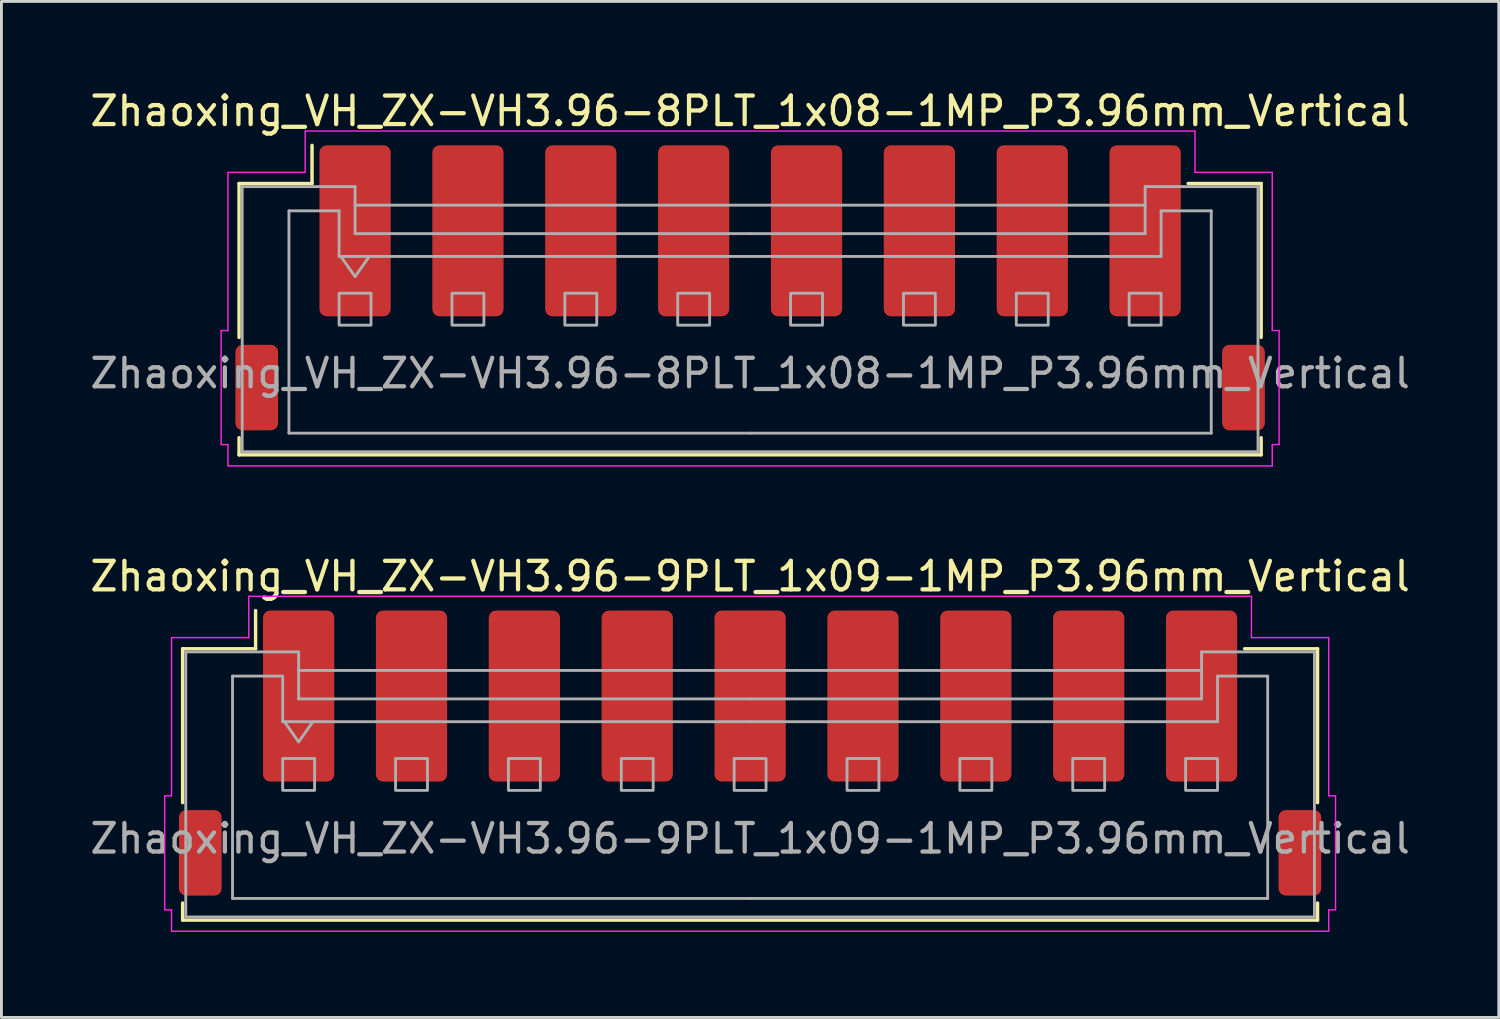
<source format=kicad_pcb>
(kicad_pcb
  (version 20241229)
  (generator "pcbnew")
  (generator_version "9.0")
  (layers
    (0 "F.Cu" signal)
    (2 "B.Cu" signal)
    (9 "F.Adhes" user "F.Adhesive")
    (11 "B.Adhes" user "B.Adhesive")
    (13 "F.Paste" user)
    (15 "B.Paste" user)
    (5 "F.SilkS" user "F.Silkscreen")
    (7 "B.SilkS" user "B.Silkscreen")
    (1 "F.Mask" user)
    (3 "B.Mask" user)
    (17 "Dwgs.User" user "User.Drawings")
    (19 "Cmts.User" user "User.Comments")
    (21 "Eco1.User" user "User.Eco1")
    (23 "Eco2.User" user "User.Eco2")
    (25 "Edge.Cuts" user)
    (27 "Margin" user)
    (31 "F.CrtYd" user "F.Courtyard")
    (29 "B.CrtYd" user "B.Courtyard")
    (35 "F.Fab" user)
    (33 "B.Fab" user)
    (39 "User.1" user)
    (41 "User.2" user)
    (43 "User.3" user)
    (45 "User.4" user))
  (footprint "Zhaoxing_VH_ZX-VH3.96-9PLT_1x09-1MP_P3.96mm_Vertical"
    (layer "F.Cu")
    (at 23.268 23.372)
    (property "Reference" "Zhaoxing_VH_ZX-VH3.96-9PLT_1x09-1MP_P3.96mm_Vertical" (at 0 -6.2 0) (layer "F.SilkS") (effects (font (size 1 1) (thickness 0.15))))
    (attr smd)
    (fp_line (start -19.91 -3.66) (end -17.35 -3.66) (stroke (width 0.12) (type solid)) (layer "F.SilkS"))
    (fp_line (start -19.91 1.74) (end -19.91 -3.66) (stroke (width 0.12) (type solid)) (layer "F.SilkS"))
    (fp_line (start -19.91 5.26) (end -19.91 5.86) (stroke (width 0.12) (type solid)) (layer "F.SilkS"))
    (fp_line (start -19.91 5.86) (end 19.91 5.86) (stroke (width 0.12) (type solid)) (layer "F.SilkS"))
    (fp_line (start -17.35 -3.66) (end -17.35 -5) (stroke (width 0.12) (type solid)) (layer "F.SilkS"))
    (fp_line (start 19.91 -3.66) (end 17.35 -3.66) (stroke (width 0.12) (type solid)) (layer "F.SilkS"))
    (fp_line (start 19.91 1.74) (end 19.91 -3.66) (stroke (width 0.12) (type solid)) (layer "F.SilkS"))
    (fp_line (start 19.91 5.86) (end 19.91 5.26) (stroke (width 0.12) (type solid)) (layer "F.SilkS"))
    (fp_line (start -20.54 1.5) (end -20.3 1.5) (stroke (width 0.05) (type solid)) (layer "F.CrtYd"))
    (fp_line (start -20.54 5.5) (end -20.54 1.5) (stroke (width 0.05) (type solid)) (layer "F.CrtYd"))
    (fp_line (start -20.3 -4.05) (end -17.59 -4.05) (stroke (width 0.05) (type solid)) (layer "F.CrtYd"))
    (fp_line (start -20.3 1.5) (end -20.3 -4.05) (stroke (width 0.05) (type solid)) (layer "F.CrtYd"))
    (fp_line (start -20.3 5.5) (end -20.54 5.5) (stroke (width 0.05) (type solid)) (layer "F.CrtYd"))
    (fp_line (start -20.3 6.25) (end -20.3 5.5) (stroke (width 0.05) (type solid)) (layer "F.CrtYd"))
    (fp_line (start -17.59 -5.5) (end 17.59 -5.5) (stroke (width 0.05) (type solid)) (layer "F.CrtYd"))
    (fp_line (start -17.59 -4.05) (end -17.59 -5.5) (stroke (width 0.05) (type solid)) (layer "F.CrtYd"))
    (fp_line (start 17.59 -5.5) (end 17.59 -4.05) (stroke (width 0.05) (type solid)) (layer "F.CrtYd"))
    (fp_line (start 17.59 -4.05) (end 20.3 -4.05) (stroke (width 0.05) (type solid)) (layer "F.CrtYd"))
    (fp_line (start 20.3 -4.05) (end 20.3 1.5) (stroke (width 0.05) (type solid)) (layer "F.CrtYd"))
    (fp_line (start 20.3 1.5) (end 20.54 1.5) (stroke (width 0.05) (type solid)) (layer "F.CrtYd"))
    (fp_line (start 20.3 5.5) (end 20.3 6.25) (stroke (width 0.05) (type solid)) (layer "F.CrtYd"))
    (fp_line (start 20.3 6.25) (end -20.3 6.25) (stroke (width 0.05) (type solid)) (layer "F.CrtYd"))
    (fp_line (start 20.54 1.5) (end 20.54 5.5) (stroke (width 0.05) (type solid)) (layer "F.CrtYd"))
    (fp_line (start 20.54 5.5) (end 20.3 5.5) (stroke (width 0.05) (type solid)) (layer "F.CrtYd"))
    (fp_line (start -19.8 -3.55) (end -19.8 5.75) (stroke (width 0.1) (type solid)) (layer "F.Fab"))
    (fp_line (start -19.8 -3.55) (end -15.84 -3.55) (stroke (width 0.1) (type solid)) (layer "F.Fab"))
    (fp_line (start -19.8 5.75) (end 19.8 5.75) (stroke (width 0.1) (type solid)) (layer "F.Fab"))
    (fp_line (start -18.16 -2.7) (end -18.16 5.1) (stroke (width 0.1) (type solid)) (layer "F.Fab"))
    (fp_line (start -18.16 5.1) (end 0 5.1) (stroke (width 0.1) (type solid)) (layer "F.Fab"))
    (fp_line (start -16.4 -2.7) (end -18.16 -2.7) (stroke (width 0.1) (type solid)) (layer "F.Fab"))
    (fp_line (start -16.4 -1.1) (end -16.4 -2.7) (stroke (width 0.1) (type solid)) (layer "F.Fab"))
    (fp_line (start -16.34 -1.1) (end -15.84 -0.393) (stroke (width 0.1) (type solid)) (layer "F.Fab"))
    (fp_line (start -15.84 -3.55) (end -15.84 -2.9) (stroke (width 0.1) (type solid)) (layer "F.Fab"))
    (fp_line (start -15.84 -2.9) (end 15.84 -2.9) (stroke (width 0.1) (type solid)) (layer "F.Fab"))
    (fp_line (start -15.84 -1.9) (end -15.84 -2.9) (stroke (width 0.1) (type solid)) (layer "F.Fab"))
    (fp_line (start -15.84 -0.393) (end -15.34 -1.1) (stroke (width 0.1) (type solid)) (layer "F.Fab"))
    (fp_line (start 0 -1.9) (end -15.84 -1.9) (stroke (width 0.1) (type solid)) (layer "F.Fab"))
    (fp_line (start 0 -1.9) (end 15.84 -1.9) (stroke (width 0.1) (type solid)) (layer "F.Fab"))
    (fp_line (start 0 -1.1) (end -16.4 -1.1) (stroke (width 0.1) (type solid)) (layer "F.Fab"))
    (fp_line (start 0 -1.1) (end 16.4 -1.1) (stroke (width 0.1) (type solid)) (layer "F.Fab"))
    (fp_line (start 15.84 -3.55) (end 19.8 -3.55) (stroke (width 0.1) (type solid)) (layer "F.Fab"))
    (fp_line (start 15.84 -2.9) (end 15.84 -3.55) (stroke (width 0.1) (type solid)) (layer "F.Fab"))
    (fp_line (start 15.84 -1.9) (end 15.84 -2.9) (stroke (width 0.1) (type solid)) (layer "F.Fab"))
    (fp_line (start 16.4 -2.7) (end 18.16 -2.7) (stroke (width 0.1) (type solid)) (layer "F.Fab"))
    (fp_line (start 16.4 -1.1) (end 16.4 -2.7) (stroke (width 0.1) (type solid)) (layer "F.Fab"))
    (fp_line (start 18.16 -2.7) (end 18.16 5.1) (stroke (width 0.1) (type solid)) (layer "F.Fab"))
    (fp_line (start 18.16 5.1) (end 0 5.1) (stroke (width 0.1) (type solid)) (layer "F.Fab"))
    (fp_line (start 19.8 -3.55) (end 19.8 5.75) (stroke (width 0.1) (type solid)) (layer "F.Fab"))
    (fp_rect (start -16.4 0.19) (end -15.28 1.31) (stroke (width 0.1) (type solid)) (fill no) (layer "F.Fab"))
    (fp_rect (start -12.44 0.19) (end -11.32 1.31) (stroke (width 0.1) (type solid)) (fill no) (layer "F.Fab"))
    (fp_rect (start -8.48 0.19) (end -7.36 1.31) (stroke (width 0.1) (type solid)) (fill no) (layer "F.Fab"))
    (fp_rect (start -4.52 0.19) (end -3.4 1.31) (stroke (width 0.1) (type solid)) (fill no) (layer "F.Fab"))
    (fp_rect (start -0.56 0.19) (end 0.56 1.31) (stroke (width 0.1) (type solid)) (fill no) (layer "F.Fab"))
    (fp_rect (start 3.4 0.19) (end 4.52 1.31) (stroke (width 0.1) (type solid)) (fill no) (layer "F.Fab"))
    (fp_rect (start 7.36 0.19) (end 8.48 1.31) (stroke (width 0.1) (type solid)) (fill no) (layer "F.Fab"))
    (fp_rect (start 11.32 0.19) (end 12.44 1.31) (stroke (width 0.1) (type solid)) (fill no) (layer "F.Fab"))
    (fp_rect (start 15.28 0.19) (end 16.4 1.31) (stroke (width 0.1) (type solid)) (fill no) (layer "F.Fab"))
    (fp_text user "${REFERENCE}" (at 0 3 0) (layer "F.Fab") (effects (font (size 1 1) (thickness 0.15))))
    (pad "1" smd roundrect (at -15.84 -2) (size 2.5 6) (layers "F.Cu" "F.Mask" "F.Paste") (roundrect_rratio 0.1))
    (pad "2" smd roundrect (at -11.88 -2) (size 2.5 6) (layers "F.Cu" "F.Mask" "F.Paste") (roundrect_rratio 0.1))
    (pad "3" smd roundrect (at -7.92 -2) (size 2.5 6) (layers "F.Cu" "F.Mask" "F.Paste") (roundrect_rratio 0.1))
    (pad "4" smd roundrect (at -3.96 -2) (size 2.5 6) (layers "F.Cu" "F.Mask" "F.Paste") (roundrect_rratio 0.1))
    (pad "5" smd roundrect (at 0 -2) (size 2.5 6) (layers "F.Cu" "F.Mask" "F.Paste") (roundrect_rratio 0.1))
    (pad "6" smd roundrect (at 3.96 -2) (size 2.5 6) (layers "F.Cu" "F.Mask" "F.Paste") (roundrect_rratio 0.1))
    (pad "7" smd roundrect (at 7.92 -2) (size 2.5 6) (layers "F.Cu" "F.Mask" "F.Paste") (roundrect_rratio 0.1))
    (pad "8" smd roundrect (at 11.88 -2) (size 2.5 6) (layers "F.Cu" "F.Mask" "F.Paste") (roundrect_rratio 0.1))
    (pad "9" smd roundrect (at 15.84 -2) (size 2.5 6) (layers "F.Cu" "F.Mask" "F.Paste") (roundrect_rratio 0.1))
    (pad "MP" smd roundrect (at -19.29 3.5) (size 1.5 3) (layers "F.Cu" "F.Mask" "F.Paste") (roundrect_rratio 0.167))
    (pad "MP" smd roundrect (at 19.29 3.5) (size 1.5 3) (layers "F.Cu" "F.Mask" "F.Paste") (roundrect_rratio 0.167)))
  (footprint "Zhaoxing_VH_ZX-VH3.96-8PLT_1x08-1MP_P3.96mm_Vertical"
    (layer "F.Cu")
    (at 23.268 7.048)
    (property "Reference" "Zhaoxing_VH_ZX-VH3.96-8PLT_1x08-1MP_P3.96mm_Vertical" (at 0 -6.2 0) (layer "F.SilkS") (effects (font (size 1 1) (thickness 0.15))))
    (attr smd)
    (fp_line (start -17.93 -3.66) (end -15.37 -3.66) (stroke (width 0.12) (type solid)) (layer "F.SilkS"))
    (fp_line (start -17.93 1.74) (end -17.93 -3.66) (stroke (width 0.12) (type solid)) (layer "F.SilkS"))
    (fp_line (start -17.93 5.26) (end -17.93 5.86) (stroke (width 0.12) (type solid)) (layer "F.SilkS"))
    (fp_line (start -17.93 5.86) (end 17.93 5.86) (stroke (width 0.12) (type solid)) (layer "F.SilkS"))
    (fp_line (start -15.37 -3.66) (end -15.37 -5) (stroke (width 0.12) (type solid)) (layer "F.SilkS"))
    (fp_line (start 17.93 -3.66) (end 15.37 -3.66) (stroke (width 0.12) (type solid)) (layer "F.SilkS"))
    (fp_line (start 17.93 1.74) (end 17.93 -3.66) (stroke (width 0.12) (type solid)) (layer "F.SilkS"))
    (fp_line (start 17.93 5.86) (end 17.93 5.26) (stroke (width 0.12) (type solid)) (layer "F.SilkS"))
    (fp_line (start -18.56 1.5) (end -18.32 1.5) (stroke (width 0.05) (type solid)) (layer "F.CrtYd"))
    (fp_line (start -18.56 5.5) (end -18.56 1.5) (stroke (width 0.05) (type solid)) (layer "F.CrtYd"))
    (fp_line (start -18.32 -4.05) (end -15.61 -4.05) (stroke (width 0.05) (type solid)) (layer "F.CrtYd"))
    (fp_line (start -18.32 1.5) (end -18.32 -4.05) (stroke (width 0.05) (type solid)) (layer "F.CrtYd"))
    (fp_line (start -18.32 5.5) (end -18.56 5.5) (stroke (width 0.05) (type solid)) (layer "F.CrtYd"))
    (fp_line (start -18.32 6.25) (end -18.32 5.5) (stroke (width 0.05) (type solid)) (layer "F.CrtYd"))
    (fp_line (start -15.61 -5.5) (end 15.61 -5.5) (stroke (width 0.05) (type solid)) (layer "F.CrtYd"))
    (fp_line (start -15.61 -4.05) (end -15.61 -5.5) (stroke (width 0.05) (type solid)) (layer "F.CrtYd"))
    (fp_line (start 15.61 -5.5) (end 15.61 -4.05) (stroke (width 0.05) (type solid)) (layer "F.CrtYd"))
    (fp_line (start 15.61 -4.05) (end 18.32 -4.05) (stroke (width 0.05) (type solid)) (layer "F.CrtYd"))
    (fp_line (start 18.32 -4.05) (end 18.32 1.5) (stroke (width 0.05) (type solid)) (layer "F.CrtYd"))
    (fp_line (start 18.32 1.5) (end 18.56 1.5) (stroke (width 0.05) (type solid)) (layer "F.CrtYd"))
    (fp_line (start 18.32 5.5) (end 18.32 6.25) (stroke (width 0.05) (type solid)) (layer "F.CrtYd"))
    (fp_line (start 18.32 6.25) (end -18.32 6.25) (stroke (width 0.05) (type solid)) (layer "F.CrtYd"))
    (fp_line (start 18.56 1.5) (end 18.56 5.5) (stroke (width 0.05) (type solid)) (layer "F.CrtYd"))
    (fp_line (start 18.56 5.5) (end 18.32 5.5) (stroke (width 0.05) (type solid)) (layer "F.CrtYd"))
    (fp_line (start -17.82 -3.55) (end -17.82 5.75) (stroke (width 0.1) (type solid)) (layer "F.Fab"))
    (fp_line (start -17.82 -3.55) (end -13.86 -3.55) (stroke (width 0.1) (type solid)) (layer "F.Fab"))
    (fp_line (start -17.82 5.75) (end 17.82 5.75) (stroke (width 0.1) (type solid)) (layer "F.Fab"))
    (fp_line (start -16.18 -2.7) (end -16.18 5.1) (stroke (width 0.1) (type solid)) (layer "F.Fab"))
    (fp_line (start -16.18 5.1) (end 0 5.1) (stroke (width 0.1) (type solid)) (layer "F.Fab"))
    (fp_line (start -14.42 -2.7) (end -16.18 -2.7) (stroke (width 0.1) (type solid)) (layer "F.Fab"))
    (fp_line (start -14.42 -1.1) (end -14.42 -2.7) (stroke (width 0.1) (type solid)) (layer "F.Fab"))
    (fp_line (start -14.36 -1.1) (end -13.86 -0.393) (stroke (width 0.1) (type solid)) (layer "F.Fab"))
    (fp_line (start -13.86 -3.55) (end -13.86 -2.9) (stroke (width 0.1) (type solid)) (layer "F.Fab"))
    (fp_line (start -13.86 -2.9) (end 13.86 -2.9) (stroke (width 0.1) (type solid)) (layer "F.Fab"))
    (fp_line (start -13.86 -1.9) (end -13.86 -2.9) (stroke (width 0.1) (type solid)) (layer "F.Fab"))
    (fp_line (start -13.86 -0.393) (end -13.36 -1.1) (stroke (width 0.1) (type solid)) (layer "F.Fab"))
    (fp_line (start 0 -1.9) (end -13.86 -1.9) (stroke (width 0.1) (type solid)) (layer "F.Fab"))
    (fp_line (start 0 -1.9) (end 13.86 -1.9) (stroke (width 0.1) (type solid)) (layer "F.Fab"))
    (fp_line (start 0 -1.1) (end -14.42 -1.1) (stroke (width 0.1) (type solid)) (layer "F.Fab"))
    (fp_line (start 0 -1.1) (end 14.42 -1.1) (stroke (width 0.1) (type solid)) (layer "F.Fab"))
    (fp_line (start 13.86 -3.55) (end 17.82 -3.55) (stroke (width 0.1) (type solid)) (layer "F.Fab"))
    (fp_line (start 13.86 -2.9) (end 13.86 -3.55) (stroke (width 0.1) (type solid)) (layer "F.Fab"))
    (fp_line (start 13.86 -1.9) (end 13.86 -2.9) (stroke (width 0.1) (type solid)) (layer "F.Fab"))
    (fp_line (start 14.42 -2.7) (end 16.18 -2.7) (stroke (width 0.1) (type solid)) (layer "F.Fab"))
    (fp_line (start 14.42 -1.1) (end 14.42 -2.7) (stroke (width 0.1) (type solid)) (layer "F.Fab"))
    (fp_line (start 16.18 -2.7) (end 16.18 5.1) (stroke (width 0.1) (type solid)) (layer "F.Fab"))
    (fp_line (start 16.18 5.1) (end 0 5.1) (stroke (width 0.1) (type solid)) (layer "F.Fab"))
    (fp_line (start 17.82 -3.55) (end 17.82 5.75) (stroke (width 0.1) (type solid)) (layer "F.Fab"))
    (fp_rect (start -14.42 0.19) (end -13.3 1.31) (stroke (width 0.1) (type solid)) (fill no) (layer "F.Fab"))
    (fp_rect (start -10.46 0.19) (end -9.34 1.31) (stroke (width 0.1) (type solid)) (fill no) (layer "F.Fab"))
    (fp_rect (start -6.5 0.19) (end -5.38 1.31) (stroke (width 0.1) (type solid)) (fill no) (layer "F.Fab"))
    (fp_rect (start -2.54 0.19) (end -1.42 1.31) (stroke (width 0.1) (type solid)) (fill no) (layer "F.Fab"))
    (fp_rect (start 1.42 0.19) (end 2.54 1.31) (stroke (width 0.1) (type solid)) (fill no) (layer "F.Fab"))
    (fp_rect (start 5.38 0.19) (end 6.5 1.31) (stroke (width 0.1) (type solid)) (fill no) (layer "F.Fab"))
    (fp_rect (start 9.34 0.19) (end 10.46 1.31) (stroke (width 0.1) (type solid)) (fill no) (layer "F.Fab"))
    (fp_rect (start 13.3 0.19) (end 14.42 1.31) (stroke (width 0.1) (type solid)) (fill no) (layer "F.Fab"))
    (fp_text user "${REFERENCE}" (at 0 3 0) (layer "F.Fab") (effects (font (size 1 1) (thickness 0.15))))
    (pad "1" smd roundrect (at -13.86 -2) (size 2.5 6) (layers "F.Cu" "F.Mask" "F.Paste") (roundrect_rratio 0.1))
    (pad "2" smd roundrect (at -9.9 -2) (size 2.5 6) (layers "F.Cu" "F.Mask" "F.Paste") (roundrect_rratio 0.1))
    (pad "3" smd roundrect (at -5.94 -2) (size 2.5 6) (layers "F.Cu" "F.Mask" "F.Paste") (roundrect_rratio 0.1))
    (pad "4" smd roundrect (at -1.98 -2) (size 2.5 6) (layers "F.Cu" "F.Mask" "F.Paste") (roundrect_rratio 0.1))
    (pad "5" smd roundrect (at 1.98 -2) (size 2.5 6) (layers "F.Cu" "F.Mask" "F.Paste") (roundrect_rratio 0.1))
    (pad "6" smd roundrect (at 5.94 -2) (size 2.5 6) (layers "F.Cu" "F.Mask" "F.Paste") (roundrect_rratio 0.1))
    (pad "7" smd roundrect (at 9.9 -2) (size 2.5 6) (layers "F.Cu" "F.Mask" "F.Paste") (roundrect_rratio 0.1))
    (pad "8" smd roundrect (at 13.86 -2) (size 2.5 6) (layers "F.Cu" "F.Mask" "F.Paste") (roundrect_rratio 0.1))
    (pad "MP" smd roundrect (at -17.31 3.5) (size 1.5 3) (layers "F.Cu" "F.Mask" "F.Paste") (roundrect_rratio 0.167))
    (pad "MP" smd roundrect (at 17.31 3.5) (size 1.5 3) (layers "F.Cu" "F.Mask" "F.Paste") (roundrect_rratio 0.167)))
  (gr_rect
    (start -3 -3)
    (end 49.536 32.647)
    (stroke (width 0.1) (type default))
    (fill no)
    (layer "Edge.Cuts")))
</source>
